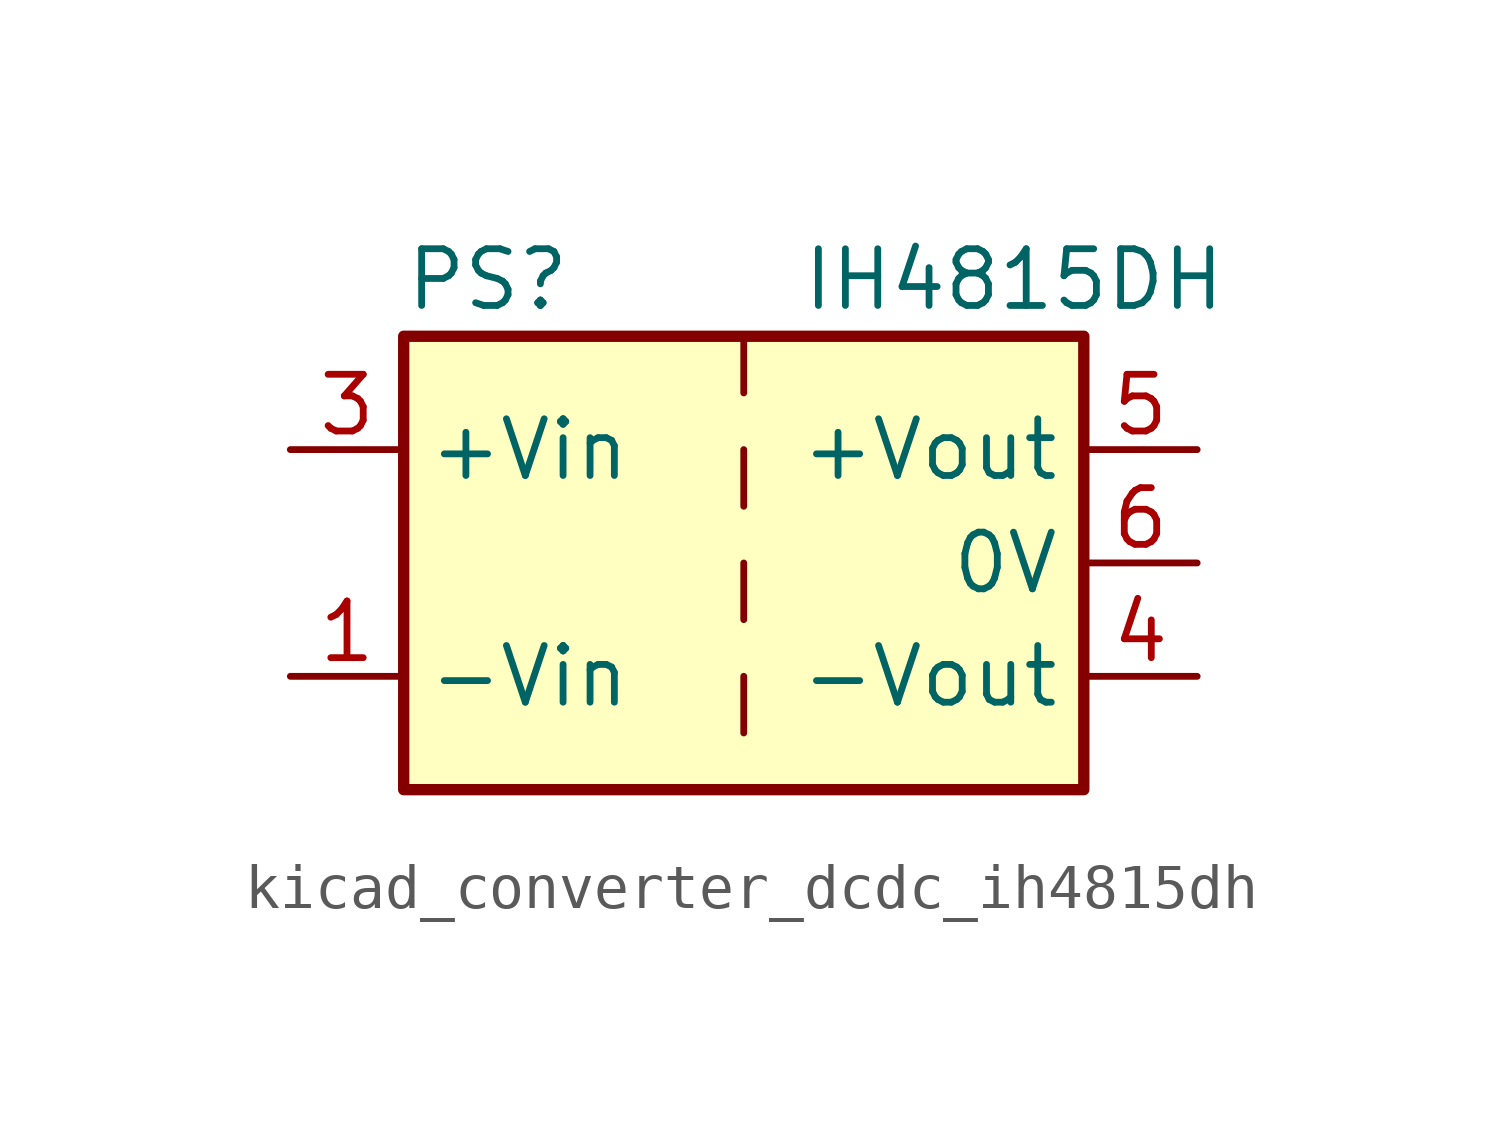
<source format=kicad_sym>
(kicad_symbol_lib
  (version 20220914)
  (generator kicad_symbol_editor)
  (symbol "kicad_converter_dcdc_ih4815dh"
    (property "Reference" "PS"
      (at -7.62 6.35 0)
      (effects (font (size 1.27 1.27)) (justify left)))
    (property "Value" "IH4815DH"
      (at 1.27 6.35 0)
      (effects (font (size 1.27 1.27)) (justify left)))
    (symbol "kicad_converter_dcdc_ih4815dh_0_0"
      (pin power_in line (at -10.16 -2.54 0) (length 2.54) (name "-Vin" (effects (font (size 1.27 1.27)))) (number "1" (effects (font (size 1.27 1.27)))))
      (pin power_in line (at -10.16 2.54 0) (length 2.54) (name "+Vin" (effects (font (size 1.27 1.27)))) (number "3" (effects (font (size 1.27 1.27)))))
      (pin power_out line (at 10.16 -2.54 180) (length 2.54) (name "-Vout" (effects (font (size 1.27 1.27)))) (number "4" (effects (font (size 1.27 1.27)))))
      (pin power_out line (at 10.16 2.54 180) (length 2.54) (name "+Vout" (effects (font (size 1.27 1.27)))) (number "5" (effects (font (size 1.27 1.27)))))
      (pin power_out line (at 10.16 0 180) (length 2.54) (name "0V" (effects (font (size 1.27 1.27)))) (number "6" (effects (font (size 1.27 1.27))))))
    (symbol "kicad_converter_dcdc_ih4815dh_0_1"
      (rectangle (start -7.62 5.08) (end 7.62 -5.08) (stroke (width 0.254) (type default)) (fill (type background)))
      (polyline (pts (xy 0 -2.54) (xy 0 -3.81)) (stroke (width 0) (type default)) (fill (type none)))
      (polyline (pts (xy 0 0) (xy 0 -1.27)) (stroke (width 0) (type default)) (fill (type none)))
      (polyline (pts (xy 0 2.54) (xy 0 1.27)) (stroke (width 0) (type default)) (fill (type none)))
      (polyline (pts (xy 0 5.08) (xy 0 3.81)) (stroke (width 0) (type default)) (fill (type none))))
    (symbol "kicad_converter_dcdc_ih4815dh_1_1"
      (pin no_connect line (at 0 -5.08 90) (length 2.54) hide (name "NC" (effects (font (size 1.27 1.27)))) (number "2" (effects (font (size 1.27 1.27))))))))
</source>
